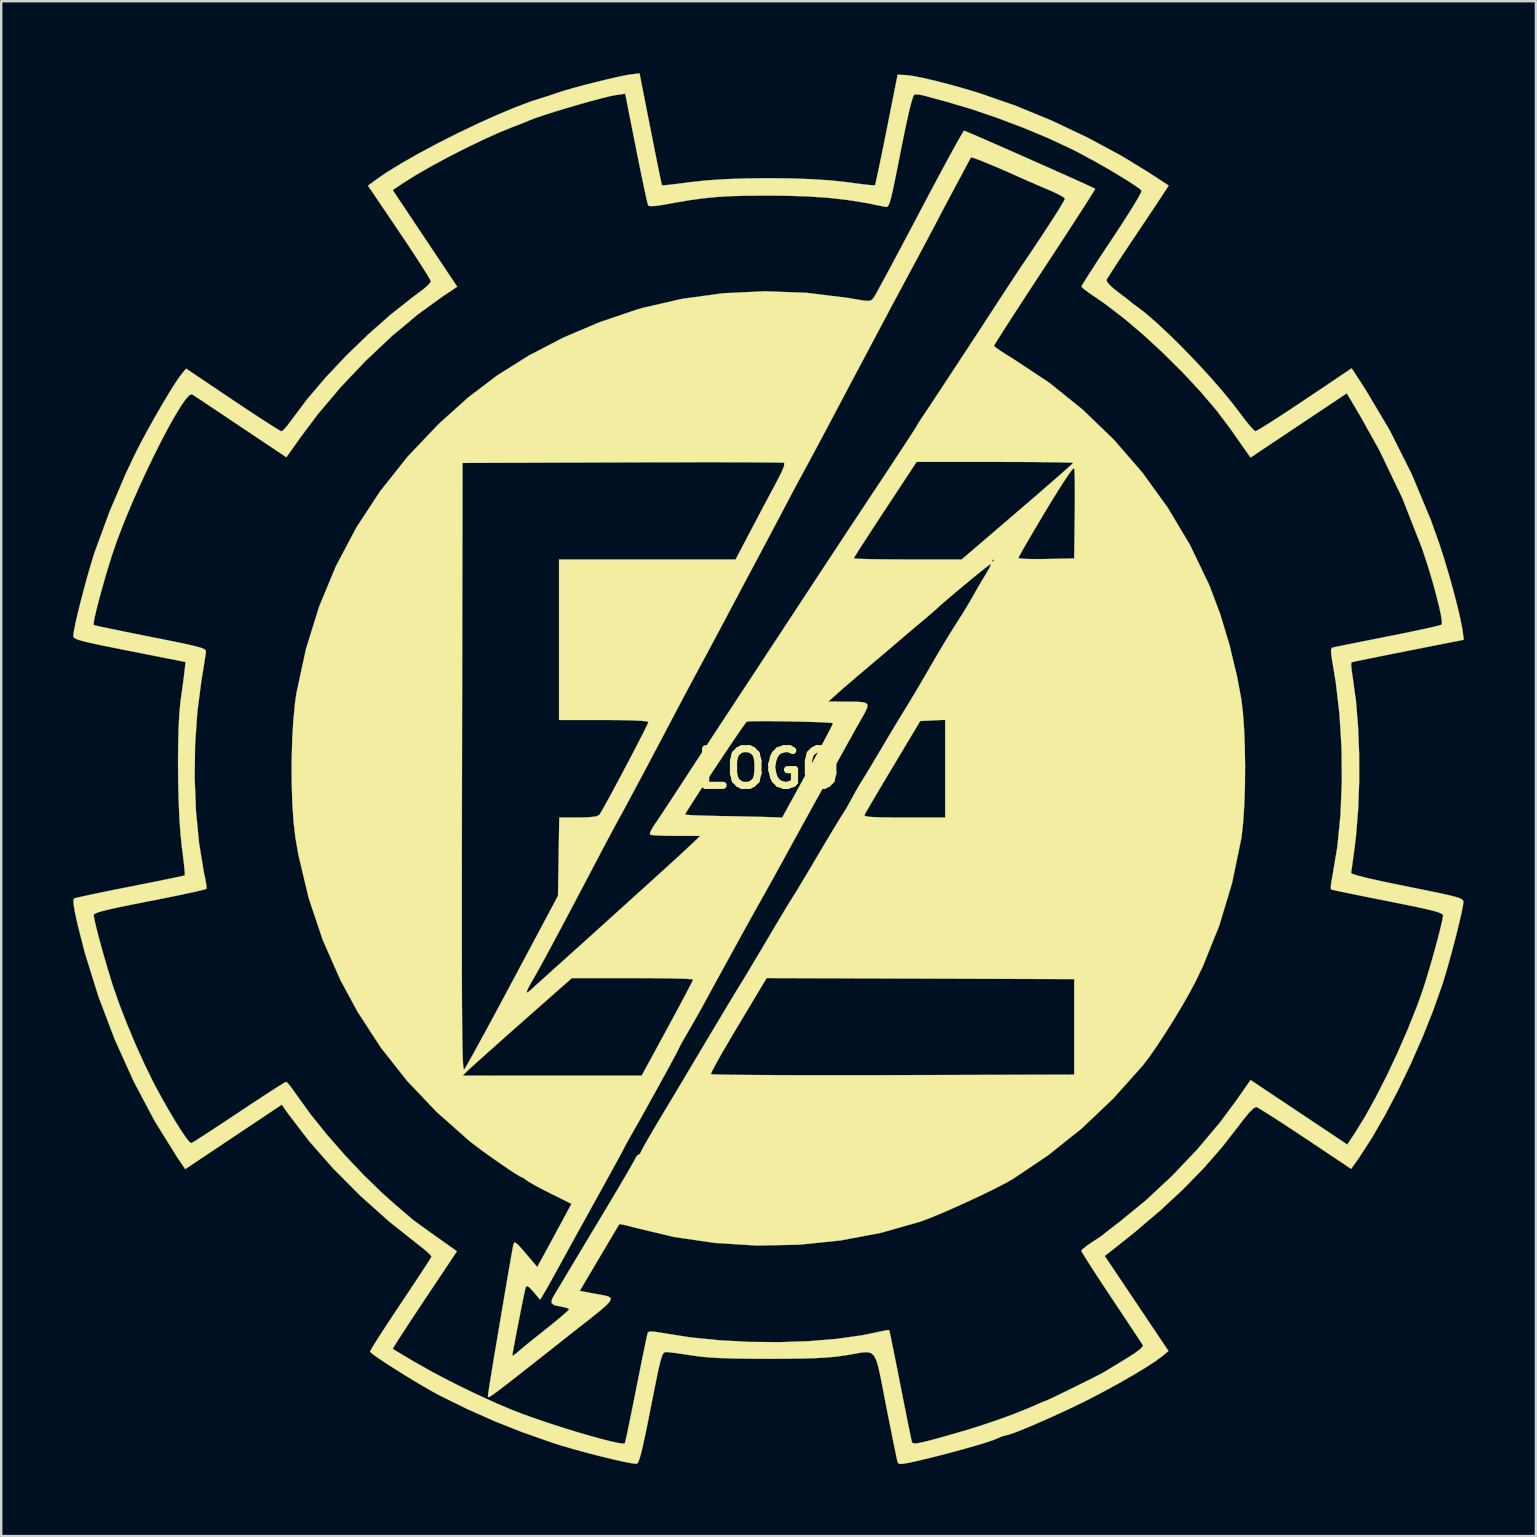
<source format=kicad_pcb>
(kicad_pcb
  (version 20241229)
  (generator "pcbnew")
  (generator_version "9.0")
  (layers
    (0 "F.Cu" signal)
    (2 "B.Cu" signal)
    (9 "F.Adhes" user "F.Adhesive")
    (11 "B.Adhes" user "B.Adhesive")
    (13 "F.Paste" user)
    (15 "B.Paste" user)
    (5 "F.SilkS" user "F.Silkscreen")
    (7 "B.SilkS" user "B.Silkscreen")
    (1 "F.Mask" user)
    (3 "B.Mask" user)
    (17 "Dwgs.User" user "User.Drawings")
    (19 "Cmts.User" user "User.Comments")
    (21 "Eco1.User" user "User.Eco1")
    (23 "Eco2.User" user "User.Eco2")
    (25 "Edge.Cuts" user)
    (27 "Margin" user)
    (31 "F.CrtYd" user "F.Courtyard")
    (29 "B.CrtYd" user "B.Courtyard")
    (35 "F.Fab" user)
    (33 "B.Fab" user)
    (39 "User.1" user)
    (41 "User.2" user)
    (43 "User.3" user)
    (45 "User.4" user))
  (footprint "LOGO"
    (layer "F.Cu")
    (at 28.961 28.978)
    (property "Reference" "LOGO" (at 0 0 0) (layer "F.SilkS") (effects (font (size 1.524 1.524) (thickness 0.3))))
    (attr through_hole)
    (fp_poly (pts (xy -4.912 -26.658) (xy -4.793 -26.054) (xy -4.684 -25.508) (xy -4.589 -25.038) (xy -4.513 -24.668) (xy -4.46 -24.419) (xy -4.434 -24.312) (xy -4.433 -24.309) (xy -4.345 -24.308) (xy -4.121 -24.329) (xy -3.792 -24.368) (xy -3.391 -24.421) (xy -3.284 -24.436) (xy -2.612 -24.51) (xy -1.815 -24.563) (xy -0.933 -24.594) (xy -0.009 -24.605) (xy 0.915 -24.595) (xy 1.798 -24.564) (xy 2.597 -24.511) (xy 3.272 -24.438) (xy 3.284 -24.436) (xy 3.699 -24.38) (xy 4.051 -24.337) (xy 4.306 -24.312) (xy 4.434 -24.308) (xy 4.442 -24.31) (xy 4.467 -24.399) (xy 4.519 -24.632) (xy 4.596 -24.988) (xy 4.691 -25.445) (xy 4.801 -25.982) (xy 4.921 -26.577) (xy 4.931 -26.629) (xy 5.386 -28.914) (xy 5.725 -28.899) (xy 6.016 -28.864) (xy 6.438 -28.782) (xy 6.962 -28.66) (xy 7.559 -28.506) (xy 8.198 -28.326) (xy 8.793 -28.146) (xy 10.283 -27.629) (xy 11.801 -27.005) (xy 13.295 -26.298) (xy 14.715 -25.533) (xy 15.829 -24.852) (xy 16.676 -24.3) (xy 16.444 -23.94) (xy 16.327 -23.762) (xy 16.134 -23.471) (xy 15.882 -23.092) (xy 15.588 -22.653) (xy 15.272 -22.181) (xy 15.17 -22.029) (xy 14.864 -21.571) (xy 14.59 -21.156) (xy 14.362 -20.807) (xy 14.193 -20.544) (xy 14.1 -20.391) (xy 14.086 -20.364) (xy 14.128 -20.253) (xy 14.296 -20.077) (xy 14.535 -19.883) (xy 14.782 -19.698) (xy 14.973 -19.551) (xy 15.068 -19.472) (xy 15.071 -19.469) (xy 15.166 -19.39) (xy 15.306 -19.29) (xy 15.699 -18.991) (xy 16.172 -18.582) (xy 16.701 -18.088) (xy 17.263 -17.534) (xy 17.833 -16.943) (xy 18.387 -16.341) (xy 18.903 -15.75) (xy 19.356 -15.197) (xy 19.6 -14.876) (xy 19.84 -14.559) (xy 20.05 -14.299) (xy 20.209 -14.124) (xy 20.291 -14.061) (xy 20.384 -14.105) (xy 20.598 -14.232) (xy 20.915 -14.43) (xy 21.314 -14.687) (xy 21.778 -14.992) (xy 22.288 -15.331) (xy 22.345 -15.369) (xy 24.301 -16.684) (xy 24.862 -15.821) (xy 25.886 -14.102) (xy 26.803 -12.273) (xy 27.599 -10.365) (xy 27.943 -9.4) (xy 28.143 -8.784) (xy 28.339 -8.13) (xy 28.524 -7.475) (xy 28.685 -6.856) (xy 28.815 -6.309) (xy 28.903 -5.871) (xy 28.924 -5.738) (xy 28.973 -5.375) (xy 26.658 -4.918) (xy 26.053 -4.798) (xy 25.504 -4.688) (xy 25.032 -4.593) (xy 24.658 -4.516) (xy 24.405 -4.462) (xy 24.293 -4.435) (xy 24.29 -4.434) (xy 24.279 -4.344) (xy 24.296 -4.131) (xy 24.338 -3.836) (xy 24.349 -3.77) (xy 24.48 -2.824) (xy 24.567 -1.76) (xy 24.612 -0.623) (xy 24.614 0.543) (xy 24.571 1.691) (xy 24.484 2.777) (xy 24.428 3.244) (xy 24.375 3.644) (xy 24.328 3.984) (xy 24.293 4.229) (xy 24.276 4.341) (xy 24.352 4.387) (xy 24.587 4.46) (xy 24.973 4.557) (xy 25.503 4.676) (xy 26.168 4.816) (xy 26.607 4.905) (xy 27.294 5.043) (xy 27.834 5.154) (xy 28.243 5.242) (xy 28.539 5.313) (xy 28.741 5.372) (xy 28.865 5.423) (xy 28.93 5.472) (xy 28.954 5.522) (xy 28.956 5.548) (xy 28.934 5.722) (xy 28.872 6.027) (xy 28.779 6.432) (xy 28.663 6.904) (xy 28.531 7.413) (xy 28.392 7.926) (xy 28.254 8.413) (xy 28.125 8.841) (xy 28.083 8.975) (xy 27.707 10.042) (xy 27.264 11.155) (xy 26.771 12.277) (xy 26.243 13.376) (xy 25.697 14.417) (xy 25.15 15.366) (xy 24.618 16.189) (xy 24.531 16.314) (xy 24.279 16.668) (xy 22.367 15.391) (xy 21.857 15.053) (xy 21.389 14.746) (xy 20.981 14.484) (xy 20.655 14.278) (xy 20.43 14.142) (xy 20.325 14.088) (xy 20.324 14.088) (xy 20.211 14.144) (xy 20.02 14.334) (xy 19.763 14.649) (xy 19.619 14.841) (xy 18.905 15.758) (xy 18.132 16.644) (xy 17.278 17.519) (xy 16.324 18.404) (xy 15.25 19.317) (xy 14.297 20.076) (xy 14.012 20.298) (xy 15.341 22.277) (xy 16.67 24.257) (xy 16.413 24.469) (xy 16.124 24.681) (xy 15.711 24.95) (xy 15.201 25.258) (xy 14.625 25.589) (xy 14.01 25.925) (xy 13.385 26.252) (xy 13.166 26.362) (xy 12.661 26.607) (xy 12.131 26.855) (xy 11.604 27.094) (xy 11.104 27.313) (xy 10.656 27.501) (xy 10.286 27.648) (xy 10.02 27.741) (xy 9.888 27.771) (xy 9.74 27.809) (xy 9.537 27.898) (xy 9.536 27.898) (xy 9.348 27.974) (xy 9.025 28.081) (xy 8.598 28.21) (xy 8.095 28.353) (xy 7.546 28.501) (xy 6.982 28.647) (xy 6.433 28.782) (xy 6.246 28.825) (xy 5.868 28.91) (xy 5.623 28.954) (xy 5.481 28.961) (xy 5.411 28.933) (xy 5.383 28.88) (xy 5.356 28.763) (xy 5.302 28.504) (xy 5.224 28.125) (xy 5.128 27.649) (xy 5.018 27.101) (xy 4.903 26.522) (xy 4.772 25.843) (xy 4.668 25.312) (xy 4.58 24.913) (xy 4.494 24.629) (xy 4.396 24.444) (xy 4.273 24.341) (xy 4.112 24.304) (xy 3.898 24.318) (xy 3.62 24.365) (xy 3.263 24.429) (xy 3.196 24.44) (xy 2.849 24.488) (xy 2.457 24.524) (xy 1.995 24.551) (xy 1.438 24.568) (xy 0.76 24.578) (xy 0 24.581) (xy -0.813 24.577) (xy -1.481 24.567) (xy -2.031 24.549) (xy -2.487 24.522) (xy -2.874 24.485) (xy -3.196 24.44) (xy -3.58 24.381) (xy -3.918 24.334) (xy -4.164 24.305) (xy -4.254 24.299) (xy -4.311 24.306) (xy -4.362 24.34) (xy -4.41 24.417) (xy -4.462 24.557) (xy -4.521 24.777) (xy -4.594 25.096) (xy -4.685 25.532) (xy -4.799 26.102) (xy -4.903 26.628) (xy -5.043 27.331) (xy -5.157 27.884) (xy -5.25 28.303) (xy -5.325 28.603) (xy -5.387 28.801) (xy -5.439 28.913) (xy -5.486 28.955) (xy -5.497 28.956) (xy -5.694 28.933) (xy -6.021 28.87) (xy -6.447 28.776) (xy -6.938 28.657) (xy -7.464 28.522) (xy -7.991 28.379) (xy -8.488 28.236) (xy -8.923 28.102) (xy -8.996 28.078) (xy -10.246 27.64) (xy -11.407 27.18) (xy -12.553 26.669) (xy -13.68 26.114) (xy -13.984 25.951) (xy -14.352 25.74) (xy -14.758 25.499) (xy -15.178 25.243) (xy -15.586 24.987) (xy -15.957 24.748) (xy -16.264 24.543) (xy -16.483 24.386) (xy -16.589 24.294) (xy -16.595 24.281) (xy -16.549 24.191) (xy -16.421 23.979) (xy -16.223 23.665) (xy -15.966 23.269) (xy -15.664 22.809) (xy -15.328 22.304) (xy -15.324 22.298) (xy -14.987 21.793) (xy -14.682 21.334) (xy -14.422 20.938) (xy -14.219 20.626) (xy -14.085 20.416) (xy -14.033 20.327) (xy -14.033 20.327) (xy -14.086 20.246) (xy -14.247 20.095) (xy -14.484 19.903) (xy -14.564 19.842) (xy -15.812 18.851) (xy -17.007 17.781) (xy -18.122 16.66) (xy -19.13 15.516) (xy -20.002 14.376) (xy -20.087 14.256) (xy -20.27 13.991) (xy -22.282 15.334) (xy -24.294 16.678) (xy -24.623 16.192) (xy -25.566 14.677) (xy -26.436 13.035) (xy -27.221 11.298) (xy -27.906 9.497) (xy -28.477 7.666) (xy -28.78 6.477) (xy -28.885 5.995) (xy -28.941 5.663) (xy -28.95 5.469) (xy -28.923 5.406) (xy -28.818 5.375) (xy -28.569 5.318) (xy -28.199 5.237) (xy -27.731 5.14) (xy -27.187 5.029) (xy -26.59 4.911) (xy -26.585 4.91) (xy -25.992 4.792) (xy -25.456 4.685) (xy -24.997 4.591) (xy -24.639 4.516) (xy -24.403 4.465) (xy -24.311 4.441) (xy -24.311 4.44) (xy -24.31 4.351) (xy -24.33 4.125) (xy -24.367 3.793) (xy -24.417 3.386) (xy -24.436 3.243) (xy -24.491 2.717) (xy -24.535 2.076) (xy -24.567 1.352) (xy -24.586 0.581) (xy -24.594 -0.202) (xy -24.589 -0.964) (xy -24.571 -1.67) (xy -24.54 -2.284) (xy -24.495 -2.774) (xy -24.481 -2.879) (xy -24.425 -3.276) (xy -24.372 -3.668) (xy -24.332 -3.982) (xy -24.328 -4.023) (xy -24.28 -4.448) (xy -26.618 -4.91) (xy -27.304 -5.047) (xy -27.842 -5.156) (xy -28.249 -5.244) (xy -28.544 -5.314) (xy -28.743 -5.372) (xy -28.867 -5.423) (xy -28.931 -5.471) (xy -28.954 -5.522) (xy -28.956 -5.548) (xy -28.933 -5.73) (xy -28.871 -6.042) (xy -28.866 -6.062) (xy -28.111 -6.062) (xy -28.108 -5.989) (xy -28.018 -5.965) (xy -27.782 -5.912) (xy -27.424 -5.836) (xy -26.964 -5.741) (xy -26.424 -5.632) (xy -25.825 -5.512) (xy -25.739 -5.495) (xy -25.054 -5.359) (xy -24.518 -5.25) (xy -24.113 -5.162) (xy -23.821 -5.092) (xy -23.624 -5.035) (xy -23.505 -4.985) (xy -23.446 -4.937) (xy -23.429 -4.888) (xy -23.43 -4.867) (xy -23.452 -4.72) (xy -23.495 -4.446) (xy -23.553 -4.084) (xy -23.619 -3.683) (xy -23.789 -2.379) (xy -23.883 -1.006) (xy -23.902 0.394) (xy -23.846 1.778) (xy -23.717 3.103) (xy -23.515 4.327) (xy -23.463 4.567) (xy -23.42 4.805) (xy -23.408 4.969) (xy -23.414 5.002) (xy -23.503 5.032) (xy -23.738 5.09) (xy -24.095 5.169) (xy -24.555 5.267) (xy -25.094 5.377) (xy -25.693 5.495) (xy -25.78 5.512) (xy -26.492 5.653) (xy -27.052 5.768) (xy -27.476 5.861) (xy -27.779 5.937) (xy -27.975 5.999) (xy -28.08 6.051) (xy -28.109 6.094) (xy -28.085 6.252) (xy -28.019 6.541) (xy -27.921 6.93) (xy -27.798 7.388) (xy -27.658 7.884) (xy -27.511 8.387) (xy -27.364 8.866) (xy -27.303 9.059) (xy -27.042 9.805) (xy -26.72 10.636) (xy -26.359 11.496) (xy -25.985 12.325) (xy -25.622 13.064) (xy -25.558 13.188) (xy -25.282 13.698) (xy -25.004 14.188) (xy -24.737 14.637) (xy -24.495 15.025) (xy -24.291 15.328) (xy -24.138 15.527) (xy -24.05 15.599) (xy -24.046 15.599) (xy -23.954 15.548) (xy -23.741 15.415) (xy -23.425 15.212) (xy -23.027 14.952) (xy -22.566 14.648) (xy -22.06 14.312) (xy -22.054 14.308) (xy -21.55 13.973) (xy -21.091 13.671) (xy -20.697 13.414) (xy -20.385 13.216) (xy -20.177 13.087) (xy -20.089 13.041) (xy -20.089 13.041) (xy -20.014 13.107) (xy -19.874 13.282) (xy -19.695 13.53) (xy -19.643 13.607) (xy -19.071 14.399) (xy -18.393 15.241) (xy -17.647 16.095) (xy -16.869 16.918) (xy -16.095 17.671) (xy -15.537 18.167) (xy -15.265 18.399) (xy -15.036 18.595) (xy -14.885 18.725) (xy -14.852 18.754) (xy -14.75 18.833) (xy -14.54 18.988) (xy -14.25 19.197) (xy -13.91 19.44) (xy -13.867 19.47) (xy -12.976 20.102) (xy -14.326 22.124) (xy -14.67 22.642) (xy -14.98 23.113) (xy -15.245 23.518) (xy -15.452 23.84) (xy -15.59 24.061) (xy -15.648 24.164) (xy -15.648 24.169) (xy -15.569 24.218) (xy -15.373 24.336) (xy -15.09 24.505) (xy -14.748 24.708) (xy -14.732 24.717) (xy -13.977 25.143) (xy -13.118 25.591) (xy -12.215 26.032) (xy -11.325 26.438) (xy -10.71 26.698) (xy -10.256 26.875) (xy -9.737 27.062) (xy -9.176 27.252) (xy -8.596 27.44) (xy -8.022 27.618) (xy -7.475 27.779) (xy -6.98 27.916) (xy -6.56 28.022) (xy -6.237 28.091) (xy -6.036 28.115) (xy -5.98 28.103) (xy -5.956 28.014) (xy -5.903 27.78) (xy -5.828 27.424) (xy -5.733 26.967) (xy -5.625 26.432) (xy -5.507 25.84) (xy -5.504 25.826) (xy -5.385 25.229) (xy -5.276 24.685) (xy -5.18 24.216) (xy -5.103 23.846) (xy -5.05 23.596) (xy -5.024 23.49) (xy -5.024 23.49) (xy -4.948 23.447) (xy -4.755 23.451) (xy -4.425 23.503) (xy -4.378 23.512) (xy -3.253 23.688) (xy -2.047 23.81) (xy -0.797 23.877) (xy 0.46 23.889) (xy 1.689 23.847) (xy 2.851 23.751) (xy 3.912 23.6) (xy 4.477 23.485) (xy 4.754 23.425) (xy 4.955 23.39) (xy 5.035 23.386) (xy 5.055 23.472) (xy 5.104 23.703) (xy 5.176 24.056) (xy 5.268 24.51) (xy 5.374 25.044) (xy 5.491 25.636) (xy 5.495 25.654) (xy 5.613 26.254) (xy 5.723 26.803) (xy 5.818 27.279) (xy 5.896 27.658) (xy 5.95 27.917) (xy 5.976 28.033) (xy 6 28.08) (xy 6.054 28.106) (xy 6.156 28.107) (xy 6.325 28.08) (xy 6.579 28.022) (xy 6.937 27.927) (xy 7.418 27.793) (xy 8.04 27.615) (xy 8.128 27.589) (xy 8.802 27.383) (xy 9.508 27.145) (xy 10.191 26.896) (xy 10.795 26.656) (xy 11.073 26.535) (xy 11.32 26.425) (xy 11.499 26.351) (xy 11.56 26.331) (xy 11.646 26.296) (xy 11.85 26.2) (xy 12.143 26.059) (xy 12.491 25.89) (xy 12.863 25.706) (xy 13.228 25.526) (xy 13.553 25.362) (xy 13.806 25.233) (xy 13.957 25.153) (xy 13.97 25.145) (xy 14.092 25.071) (xy 14.323 24.931) (xy 14.627 24.747) (xy 14.881 24.593) (xy 15.262 24.351) (xy 15.506 24.167) (xy 15.608 24.047) (xy 15.607 24.018) (xy 15.545 23.923) (xy 15.403 23.707) (xy 15.193 23.39) (xy 14.927 22.989) (xy 14.62 22.527) (xy 14.293 22.036) (xy 13.96 21.533) (xy 13.66 21.076) (xy 13.406 20.683) (xy 13.209 20.374) (xy 13.083 20.167) (xy 13.039 20.082) (xy 13.105 20.002) (xy 13.276 19.866) (xy 13.483 19.725) (xy 13.723 19.569) (xy 13.9 19.447) (xy 13.97 19.393) (xy 14.052 19.324) (xy 14.237 19.179) (xy 14.493 18.982) (xy 14.647 18.864) (xy 15.742 17.968) (xy 16.829 16.952) (xy 17.868 15.86) (xy 18.817 14.733) (xy 19.489 13.829) (xy 20.089 12.968) (xy 22.103 14.312) (xy 24.118 15.657) (xy 24.427 15.191) (xy 24.855 14.499) (xy 25.308 13.681) (xy 25.769 12.775) (xy 26.22 11.817) (xy 26.642 10.847) (xy 27.019 9.9) (xy 27.249 9.262) (xy 27.366 8.903) (xy 27.498 8.47) (xy 27.636 7.996) (xy 27.772 7.513) (xy 27.895 7.054) (xy 27.998 6.65) (xy 28.072 6.335) (xy 28.107 6.14) (xy 28.109 6.111) (xy 28.085 6.064) (xy 28.003 6.014) (xy 27.845 5.957) (xy 27.595 5.89) (xy 27.236 5.807) (xy 26.751 5.704) (xy 26.123 5.577) (xy 25.802 5.513) (xy 25.199 5.393) (xy 24.651 5.283) (xy 24.18 5.187) (xy 23.807 5.11) (xy 23.554 5.055) (xy 23.444 5.029) (xy 23.442 5.028) (xy 23.431 4.936) (xy 23.453 4.726) (xy 23.505 4.442) (xy 23.705 3.247) (xy 23.834 1.939) (xy 23.892 0.56) (xy 23.88 -0.85) (xy 23.796 -2.25) (xy 23.64 -3.598) (xy 23.508 -4.395) (xy 23.451 -4.744) (xy 23.441 -4.952) (xy 23.479 -5.039) (xy 23.486 -5.042) (xy 23.591 -5.067) (xy 23.84 -5.119) (xy 24.209 -5.194) (xy 24.676 -5.288) (xy 25.217 -5.396) (xy 25.781 -5.507) (xy 26.371 -5.625) (xy 26.906 -5.736) (xy 27.365 -5.834) (xy 27.724 -5.915) (xy 27.96 -5.975) (xy 28.051 -6.006) (xy 28.063 -6.118) (xy 28.028 -6.366) (xy 27.953 -6.722) (xy 27.845 -7.161) (xy 27.711 -7.658) (xy 27.556 -8.187) (xy 27.388 -8.721) (xy 27.225 -9.205) (xy 26.413 -11.273) (xy 25.46 -13.263) (xy 24.672 -14.676) (xy 24.099 -15.645) (xy 22.094 -14.306) (xy 20.089 -12.968) (xy 19.81 -13.363) (xy 19.593 -13.671) (xy 19.353 -14.015) (xy 19.236 -14.182) (xy 18.685 -14.913) (xy 18.018 -15.698) (xy 17.267 -16.506) (xy 16.462 -17.306) (xy 15.636 -18.069) (xy 14.818 -18.763) (xy 14.041 -19.359) (xy 13.658 -19.623) (xy 13.382 -19.811) (xy 13.17 -19.968) (xy 13.055 -20.07) (xy 13.044 -20.089) (xy 13.088 -20.173) (xy 13.214 -20.38) (xy 13.411 -20.689) (xy 13.665 -21.082) (xy 13.966 -21.54) (xy 14.301 -22.045) (xy 14.315 -22.065) (xy 14.65 -22.572) (xy 14.949 -23.037) (xy 15.2 -23.439) (xy 15.393 -23.759) (xy 15.513 -23.979) (xy 15.551 -24.079) (xy 15.551 -24.08) (xy 15.461 -24.168) (xy 15.247 -24.32) (xy 14.933 -24.522) (xy 14.545 -24.76) (xy 14.107 -25.018) (xy 13.644 -25.281) (xy 13.182 -25.534) (xy 12.745 -25.764) (xy 12.615 -25.829) (xy 11.686 -26.262) (xy 10.649 -26.696) (xy 9.56 -27.108) (xy 8.48 -27.477) (xy 7.467 -27.779) (xy 7.324 -27.818) (xy 6.99 -27.907) (xy 6.67 -27.995) (xy 6.504 -28.042) (xy 6.272 -28.09) (xy 6.1 -28.094) (xy 6.08 -28.089) (xy 6.026 -27.99) (xy 5.946 -27.727) (xy 5.842 -27.305) (xy 5.715 -26.727) (xy 5.566 -25.997) (xy 5.509 -25.709) (xy 5.374 -25.025) (xy 5.266 -24.489) (xy 5.181 -24.085) (xy 5.112 -23.793) (xy 5.056 -23.597) (xy 5.007 -23.479) (xy 4.961 -23.422) (xy 4.913 -23.406) (xy 4.875 -23.411) (xy 4.059 -23.576) (xy 3.273 -23.701) (xy 2.475 -23.79) (xy 1.623 -23.846) (xy 0.673 -23.875) (xy -0.048 -23.88) (xy -0.85 -23.875) (xy -1.529 -23.858) (xy -2.13 -23.823) (xy -2.7 -23.768) (xy -3.283 -23.688) (xy -3.926 -23.579) (xy -4.318 -23.506) (xy -4.698 -23.447) (xy -4.931 -23.44) (xy -5.006 -23.47) (xy -5.035 -23.573) (xy -5.093 -23.819) (xy -5.173 -24.187) (xy -5.271 -24.654) (xy -5.383 -25.199) (xy -5.503 -25.798) (xy -5.511 -25.839) (xy -5.964 -28.123) (xy -6.347 -28.07) (xy -6.59 -28.022) (xy -6.954 -27.933) (xy -7.404 -27.813) (xy -7.905 -27.672) (xy -8.423 -27.52) (xy -8.923 -27.368) (xy -9.37 -27.226) (xy -9.728 -27.104) (xy -9.964 -27.012) (xy -9.991 -27) (xy -10.134 -26.939) (xy -10.379 -26.842) (xy -10.626 -26.748) (xy -11.207 -26.512) (xy -11.884 -26.207) (xy -12.614 -25.855) (xy -13.354 -25.477) (xy -14.062 -25.095) (xy -14.696 -24.729) (xy -15.213 -24.404) (xy -15.652 -24.11) (xy -14.308 -22.097) (xy -12.964 -20.084) (xy -13.531 -19.707) (xy -14.609 -18.926) (xy -15.702 -18.012) (xy -16.779 -16.996) (xy -17.81 -15.909) (xy -18.763 -14.781) (xy -19.443 -13.876) (xy -20.081 -12.979) (xy -22 -14.263) (xy -22.509 -14.604) (xy -22.974 -14.915) (xy -23.376 -15.183) (xy -23.696 -15.396) (xy -23.915 -15.54) (xy -24.013 -15.604) (xy -24.014 -15.604) (xy -24.116 -15.571) (xy -24.274 -15.398) (xy -24.48 -15.101) (xy -24.725 -14.699) (xy -25.001 -14.208) (xy -25.299 -13.644) (xy -25.61 -13.024) (xy -25.926 -12.366) (xy -26.239 -11.686) (xy -26.54 -11) (xy -26.82 -10.326) (xy -27.072 -9.68) (xy -27.205 -9.313) (xy -27.342 -8.905) (xy -27.488 -8.443) (xy -27.634 -7.953) (xy -27.773 -7.464) (xy -27.898 -7.002) (xy -28.001 -6.597) (xy -28.075 -6.274) (xy -28.111 -6.062) (xy -28.866 -6.062) (xy -28.777 -6.453) (xy -28.659 -6.931) (xy -28.526 -7.442) (xy -28.386 -7.957) (xy -28.247 -8.442) (xy -28.118 -8.866) (xy -28.054 -9.059) (xy -27.444 -10.719) (xy -26.772 -12.296) (xy -26.378 -13.123) (xy -26.126 -13.614) (xy -25.84 -14.146) (xy -25.537 -14.687) (xy -25.235 -15.21) (xy -24.95 -15.685) (xy -24.7 -16.081) (xy -24.502 -16.37) (xy -24.433 -16.458) (xy -24.257 -16.67) (xy -22.312 -15.362) (xy -21.801 -15.021) (xy -21.334 -14.713) (xy -20.93 -14.45) (xy -20.607 -14.245) (xy -20.386 -14.109) (xy -20.283 -14.056) (xy -20.28 -14.056) (xy -20.192 -14.121) (xy -20.042 -14.292) (xy -19.864 -14.531) (xy -19.858 -14.539) (xy -19.208 -15.403) (xy -18.439 -16.305) (xy -17.581 -17.214) (xy -16.67 -18.096) (xy -15.737 -18.919) (xy -14.815 -19.649) (xy -14.586 -19.816) (xy -14.334 -20.01) (xy -14.147 -20.178) (xy -14.06 -20.29) (xy -14.057 -20.302) (xy -14.102 -20.398) (xy -14.231 -20.615) (xy -14.431 -20.933) (xy -14.69 -21.334) (xy -14.995 -21.798) (xy -15.336 -22.306) (xy -15.366 -22.351) (xy -16.678 -24.292) (xy -16.404 -24.498) (xy -15.912 -24.839) (xy -15.291 -25.221) (xy -14.571 -25.63) (xy -13.784 -26.051) (xy -12.959 -26.468) (xy -12.127 -26.867) (xy -11.318 -27.232) (xy -10.562 -27.548) (xy -9.891 -27.801) (xy -9.483 -27.933) (xy -9.164 -28.032) (xy -8.849 -28.138) (xy -8.782 -28.162) (xy -8.513 -28.249) (xy -8.127 -28.36) (xy -7.666 -28.484) (xy -7.172 -28.61) (xy -6.689 -28.728) (xy -6.258 -28.827) (xy -5.923 -28.896) (xy -5.788 -28.918) (xy -5.368 -28.973) (xy -4.912 -26.658)) (stroke (width 0.01) (type solid)) (fill yes) (layer "F.SilkS"))
    (fp_poly (pts (xy 8.24 -26.55) (xy 8.458 -26.458) (xy 8.787 -26.316) (xy 9.207 -26.133) (xy 9.694 -25.919) (xy 10.229 -25.683) (xy 10.789 -25.436) (xy 11.352 -25.186) (xy 11.898 -24.943) (xy 12.404 -24.717) (xy 12.85 -24.517) (xy 13.213 -24.353) (xy 13.472 -24.234) (xy 13.605 -24.17) (xy 13.617 -24.164) (xy 13.578 -24.092) (xy 13.454 -23.892) (xy 13.256 -23.579) (xy 12.991 -23.168) (xy 12.67 -22.671) (xy 12.301 -22.103) (xy 11.893 -21.479) (xy 11.521 -20.913) (xy 11.086 -20.249) (xy 10.681 -19.629) (xy 10.316 -19.067) (xy 9.998 -18.576) (xy 9.739 -18.171) (xy 9.546 -17.867) (xy 9.43 -17.678) (xy 9.398 -17.619) (xy 9.466 -17.554) (xy 9.652 -17.423) (xy 9.925 -17.246) (xy 10.223 -17.063) (xy 11.711 -16.076) (xy 13.106 -14.952) (xy 14.399 -13.703) (xy 15.58 -12.341) (xy 16.639 -10.877) (xy 17.566 -9.323) (xy 18.35 -7.692) (xy 18.399 -7.576) (xy 18.828 -6.431) (xy 19.207 -5.176) (xy 19.521 -3.867) (xy 19.699 -2.921) (xy 19.768 -2.366) (xy 19.818 -1.683) (xy 19.849 -0.914) (xy 19.861 -0.098) (xy 19.854 0.722) (xy 19.827 1.506) (xy 19.782 2.215) (xy 19.718 2.805) (xy 19.7 2.921) (xy 19.317 4.768) (xy 18.783 6.54) (xy 18.098 8.236) (xy 17.818 8.821) (xy 17.566 9.299) (xy 17.255 9.846) (xy 16.907 10.425) (xy 16.546 11.002) (xy 16.194 11.538) (xy 15.875 11.998) (xy 15.61 12.346) (xy 15.605 12.353) (xy 14.365 13.74) (xy 13.053 14.986) (xy 11.645 16.109) (xy 10.202 17.079) (xy 9.883 17.26) (xy 9.443 17.487) (xy 8.919 17.744) (xy 8.349 18.012) (xy 7.769 18.275) (xy 7.216 18.516) (xy 6.727 18.718) (xy 6.339 18.864) (xy 6.305 18.875) (xy 4.687 19.334) (xy 3 19.652) (xy 1.269 19.828) (xy -0.48 19.863) (xy -2.222 19.755) (xy -3.931 19.505) (xy -5.568 19.116) (xy -5.865 19.035) (xy -6.09 18.984) (xy -6.204 18.971) (xy -6.209 18.973) (xy -6.258 19.054) (xy -6.38 19.256) (xy -6.56 19.559) (xy -6.785 19.937) (xy -7.04 20.368) (xy -7.047 20.379) (xy -7.858 21.751) (xy -7.379 21.843) (xy -7.078 21.897) (xy -6.839 21.94) (xy -6.671 21.984) (xy -6.578 22.042) (xy -6.57 22.126) (xy -6.651 22.249) (xy -6.831 22.423) (xy -7.114 22.661) (xy -7.509 22.975) (xy -8.023 23.378) (xy -8.403 23.677) (xy -9.147 24.265) (xy -9.77 24.755) (xy -10.281 25.157) (xy -10.692 25.479) (xy -11.014 25.728) (xy -11.258 25.914) (xy -11.434 26.043) (xy -11.554 26.125) (xy -11.628 26.167) (xy -11.667 26.178) (xy -11.682 26.166) (xy -11.684 26.146) (xy -11.67 26.03) (xy -11.633 25.776) (xy -11.575 25.413) (xy -11.503 24.969) (xy -11.427 24.511) (xy -11.416 24.448) (xy -10.668 24.448) (xy -10.614 24.434) (xy -10.482 24.336) (xy -10.48 24.334) (xy -10.307 24.185) (xy -10.193 24.088) (xy -10.093 24.006) (xy -9.887 23.841) (xy -9.605 23.615) (xy -9.273 23.351) (xy -9.196 23.289) (xy -8.867 23.023) (xy -8.592 22.793) (xy -8.396 22.62) (xy -8.302 22.525) (xy -8.297 22.515) (xy -8.373 22.469) (xy -8.563 22.419) (xy -8.678 22.399) (xy -8.928 22.343) (xy -9.036 22.253) (xy -9.013 22.097) (xy -8.872 21.844) (xy -8.727 21.609) (xy -8.606 21.408) (xy -8.589 21.378) (xy -8.523 21.267) (xy -8.381 21.029) (xy -8.174 20.683) (xy -7.912 20.245) (xy -7.606 19.735) (xy -7.267 19.171) (xy -6.998 18.722) (xy -6.646 18.134) (xy -6.323 17.591) (xy -6.04 17.111) (xy -5.807 16.711) (xy -5.633 16.407) (xy -5.53 16.218) (xy -5.503 16.161) (xy -5.439 16.089) (xy -5.419 16.087) (xy -5.336 16.03) (xy -5.334 16.013) (xy -5.292 15.921) (xy -5.176 15.707) (xy -4.998 15.395) (xy -4.773 15.009) (xy -4.513 14.571) (xy -4.476 14.51) (xy -4.199 14.047) (xy -3.939 13.614) (xy -3.715 13.24) (xy -3.543 12.953) (xy -3.441 12.782) (xy -3.439 12.778) (xy -3.405 12.721) (xy -2.397 12.721) (xy -2.397 12.722) (xy -2.308 12.731) (xy -2.063 12.739) (xy -1.672 12.747) (xy -1.149 12.753) (xy -0.504 12.758) (xy 0.249 12.762) (xy 1.1 12.765) (xy 2.035 12.767) (xy 3.043 12.767) (xy 4.112 12.766) (xy 5.191 12.764) (xy 12.742 12.742) (xy 12.742 8.763) (xy 6.335 8.741) (xy -0.073 8.72) (xy -1.253 10.689) (xy -1.562 11.21) (xy -1.839 11.683) (xy -2.072 12.091) (xy -2.249 12.412) (xy -2.361 12.629) (xy -2.397 12.721) (xy -3.405 12.721) (xy -3.006 12.049) (xy -2.591 11.352) (xy -2.206 10.708) (xy -1.862 10.134) (xy -1.571 9.649) (xy -1.343 9.272) (xy -1.189 9.022) (xy -1.186 9.017) (xy -1.043 8.783) (xy -0.834 8.436) (xy -0.578 8.008) (xy -0.295 7.533) (xy -0.005 7.043) (xy 0.005 7.027) (xy 0.28 6.563) (xy 0.534 6.137) (xy 0.752 5.774) (xy 0.918 5.502) (xy 1.016 5.346) (xy 1.024 5.334) (xy 1.11 5.198) (xy 1.266 4.941) (xy 1.477 4.591) (xy 1.727 4.172) (xy 1.999 3.712) (xy 2.041 3.641) (xy 2.32 3.171) (xy 2.581 2.733) (xy 2.808 2.357) (xy 2.984 2.067) (xy 3.074 1.926) (xy 4.003 1.926) (xy 4.024 1.964) (xy 4.132 1.992) (xy 4.344 2.011) (xy 4.677 2.024) (xy 5.148 2.03) (xy 5.664 2.032) (xy 7.366 2.032) (xy 7.366 -2.04) (xy 6.847 -2.015) (xy 6.327 -1.99) (xy 5.186 -0.085) (xy 4.878 0.431) (xy 4.598 0.902) (xy 4.359 1.307) (xy 4.172 1.627) (xy 4.049 1.841) (xy 4.003 1.926) (xy 3.074 1.926) (xy 3.094 1.894) (xy 3.102 1.881) (xy 3.263 1.623) (xy 3.431 1.324) (xy 3.471 1.246) (xy 3.632 0.95) (xy 3.824 0.623) (xy 3.896 0.508) (xy 4.035 0.283) (xy 4.233 -0.043) (xy 4.462 -0.427) (xy 4.686 -0.804) (xy 4.954 -1.256) (xy 5.248 -1.747) (xy 5.529 -2.21) (xy 5.705 -2.498) (xy 5.934 -2.873) (xy 6.212 -3.338) (xy 6.503 -3.834) (xy 6.775 -4.303) (xy 6.784 -4.318) (xy 7.05 -4.775) (xy 7.334 -5.252) (xy 7.604 -5.693) (xy 7.825 -6.045) (xy 7.838 -6.065) (xy 8.065 -6.421) (xy 8.285 -6.779) (xy 8.461 -7.079) (xy 8.509 -7.165) (xy 8.685 -7.477) (xy 8.894 -7.833) (xy 9.02 -8.039) (xy 9.163 -8.281) (xy 9.253 -8.461) (xy 9.273 -8.535) (xy 9.203 -8.493) (xy 9.03 -8.361) (xy 8.778 -8.16) (xy 8.471 -7.91) (xy 8.134 -7.631) (xy 7.792 -7.345) (xy 7.47 -7.072) (xy 7.192 -6.832) (xy 6.984 -6.645) (xy 6.94 -6.604) (xy 6.804 -6.483) (xy 6.589 -6.3) (xy 6.395 -6.138) (xy 6.089 -5.882) (xy 5.759 -5.602) (xy 5.595 -5.461) (xy 5.386 -5.282) (xy 5.084 -5.024) (xy 4.724 -4.719) (xy 4.343 -4.397) (xy 4.232 -4.304) (xy 3.853 -3.983) (xy 3.485 -3.669) (xy 3.164 -3.393) (xy 2.928 -3.186) (xy 2.879 -3.142) (xy 2.498 -2.799) (xy 3.323 -2.796) (xy 3.736 -2.791) (xy 3.996 -2.764) (xy 4.119 -2.693) (xy 4.121 -2.557) (xy 4.018 -2.331) (xy 3.863 -2.059) (xy 3.758 -1.875) (xy 3.583 -1.563) (xy 3.351 -1.147) (xy 3.074 -0.647) (xy 2.762 -0.087) (xy 2.43 0.514) (xy 2.087 1.133) (xy 1.748 1.748) (xy 1.423 2.337) (xy 1.124 2.88) (xy 0.864 3.353) (xy 0.655 3.736) (xy 0.569 3.895) (xy 0.401 4.201) (xy 0.182 4.597) (xy -0.057 5.026) (xy -0.23 5.334) (xy -0.467 5.756) (xy -0.712 6.195) (xy -0.931 6.591) (xy -1.055 6.816) (xy -1.239 7.15) (xy -1.469 7.569) (xy -1.71 8.007) (xy -1.846 8.255) (xy -2.072 8.667) (xy -2.304 9.091) (xy -2.508 9.467) (xy -2.608 9.652) (xy -2.794 9.989) (xy -3.024 10.398) (xy -3.256 10.802) (xy -3.315 10.903) (xy -3.491 11.208) (xy -3.629 11.453) (xy -3.711 11.605) (xy -3.725 11.638) (xy -3.764 11.721) (xy -3.872 11.928) (xy -4.036 12.233) (xy -4.242 12.613) (xy -4.477 13.042) (xy -4.727 13.497) (xy -4.979 13.952) (xy -5.22 14.384) (xy -5.435 14.768) (xy -5.603 15.062) (xy -5.777 15.368) (xy -5.915 15.614) (xy -5.997 15.767) (xy -6.011 15.8) (xy -6.051 15.879) (xy -6.161 16.085) (xy -6.333 16.4) (xy -6.553 16.802) (xy -6.813 17.273) (xy -7.057 17.714) (xy -7.38 18.297) (xy -7.709 18.893) (xy -8.026 19.466) (xy -8.31 19.982) (xy -8.541 20.404) (xy -8.634 20.574) (xy -8.851 20.968) (xy -9.054 21.335) (xy -9.222 21.633) (xy -9.332 21.825) (xy -9.337 21.833) (xy -9.509 22.118) (xy -9.785 21.79) (xy -9.96 21.603) (xy -10.062 21.546) (xy -10.107 21.59) (xy -10.135 21.704) (xy -10.187 21.949) (xy -10.257 22.288) (xy -10.337 22.689) (xy -10.421 23.117) (xy -10.503 23.536) (xy -10.575 23.914) (xy -10.63 24.214) (xy -10.663 24.403) (xy -10.668 24.448) (xy -11.416 24.448) (xy -11.248 23.449) (xy -11.095 22.545) (xy -10.967 21.788) (xy -10.862 21.17) (xy -10.777 20.68) (xy -10.712 20.309) (xy -10.665 20.047) (xy -10.635 19.884) (xy -10.623 19.831) (xy -10.592 19.75) (xy -10.536 19.744) (xy -10.432 19.828) (xy -10.259 20.018) (xy -10.104 20.198) (xy -9.629 20.757) (xy -9.381 20.306) (xy -9.236 20.04) (xy -9.04 19.678) (xy -8.822 19.275) (xy -8.668 18.99) (xy -8.203 18.125) (xy -9.076 17.692) (xy -9.437 17.508) (xy -9.75 17.34) (xy -9.98 17.208) (xy -10.082 17.138) (xy -10.215 17.041) (xy -10.273 17.018) (xy -10.37 16.971) (xy -10.575 16.844) (xy -10.858 16.657) (xy -11.19 16.43) (xy -11.543 16.183) (xy -11.888 15.935) (xy -12.194 15.708) (xy -12.435 15.522) (xy -12.446 15.513) (xy -13.821 14.297) (xy -15.05 13.002) (xy -15.222 12.785) (xy -12.739 12.785) (xy -5.278 12.785) (xy -4.205 10.81) (xy -3.92 10.282) (xy -3.663 9.803) (xy -3.445 9.393) (xy -3.277 9.072) (xy -3.169 8.86) (xy -3.133 8.778) (xy -3.214 8.764) (xy -3.444 8.75) (xy -3.801 8.739) (xy -4.266 8.73) (xy -4.817 8.724) (xy -5.434 8.721) (xy -5.661 8.721) (xy -8.189 8.721) (xy -10.212 10.507) (xy -10.719 10.955) (xy -11.195 11.378) (xy -11.624 11.76) (xy -11.986 12.084) (xy -12.266 12.335) (xy -12.443 12.498) (xy -12.487 12.539) (xy -12.739 12.785) (xy -15.222 12.785) (xy -16.143 11.617) (xy -17.112 10.127) (xy -17.827 8.805) (xy -18.564 7.134) (xy -18.954 5.974) (xy -12.771 5.974) (xy -12.771 7.111) (xy -12.77 8.115) (xy -12.768 8.994) (xy -12.765 9.756) (xy -12.76 10.407) (xy -12.755 10.955) (xy -12.749 11.408) (xy -12.741 11.773) (xy -12.732 12.056) (xy -12.721 12.267) (xy -12.71 12.411) (xy -12.696 12.497) (xy -12.681 12.531) (xy -12.67 12.528) (xy -12.608 12.43) (xy -12.475 12.198) (xy -12.279 11.846) (xy -12.029 11.39) (xy -11.732 10.846) (xy -11.399 10.228) (xy -11.035 9.552) (xy -10.898 9.295) (xy -10.071 9.295) (xy -10.038 9.325) (xy -9.907 9.222) (xy -9.891 9.206) (xy -9.796 9.119) (xy -9.595 8.937) (xy -9.311 8.681) (xy -8.964 8.368) (xy -8.575 8.018) (xy -8.509 7.959) (xy -8.117 7.606) (xy -7.765 7.29) (xy -7.473 7.027) (xy -7.262 6.837) (xy -7.153 6.739) (xy -7.146 6.732) (xy -7.061 6.654) (xy -6.867 6.479) (xy -6.583 6.222) (xy -6.226 5.9) (xy -5.815 5.528) (xy -5.413 5.165) (xy -4.941 4.738) (xy -4.484 4.323) (xy -4.065 3.942) (xy -3.708 3.615) (xy -3.437 3.364) (xy -3.304 3.24) (xy -2.836 2.797) (xy -3.859 2.796) (xy -4.259 2.791) (xy -4.595 2.779) (xy -4.832 2.762) (xy -4.936 2.741) (xy -4.936 2.74) (xy -4.923 2.647) (xy -4.83 2.467) (xy -4.747 2.338) (xy -4.62 2.152) (xy -4.457 1.907) (xy -3.471 1.907) (xy -3.391 1.92) (xy -3.169 1.934) (xy -2.832 1.948) (xy -2.408 1.96) (xy -2.011 1.969) (xy -1.481 1.978) (xy -0.963 1.989) (xy -0.502 1.999) (xy -0.141 2.008) (xy 0.014 2.013) (xy 0.577 2.032) (xy 1.65 0.077) (xy 1.935 -0.445) (xy 2.189 -0.917) (xy 2.403 -1.318) (xy 2.565 -1.628) (xy 2.666 -1.829) (xy 2.695 -1.901) (xy 2.597 -1.916) (xy 2.36 -1.931) (xy 2.017 -1.945) (xy 1.596 -1.958) (xy 1.13 -1.969) (xy 0.648 -1.977) (xy 0.183 -1.983) (xy -0.236 -1.984) (xy -0.577 -1.982) (xy -0.81 -1.975) (xy -0.902 -1.964) (xy -0.966 -1.884) (xy -1.108 -1.685) (xy -1.311 -1.39) (xy -1.561 -1.022) (xy -1.842 -0.603) (xy -2.141 -0.154) (xy -2.443 0.3) (xy -2.731 0.738) (xy -2.992 1.137) (xy -3.21 1.476) (xy -3.371 1.73) (xy -3.459 1.879) (xy -3.471 1.907) (xy -4.457 1.907) (xy -4.422 1.854) (xy -4.174 1.478) (xy -3.896 1.054) (xy -3.677 0.72) (xy -3.387 0.274) (xy -3.029 -0.273) (xy -2.63 -0.882) (xy -2.216 -1.513) (xy -1.812 -2.128) (xy -1.624 -2.413) (xy -1.24 -2.997) (xy -0.836 -3.611) (xy -0.437 -4.218) (xy -0.068 -4.779) (xy 0.246 -5.256) (xy 0.381 -5.461) (xy 0.988 -6.387) (xy 1.517 -7.191) (xy 1.979 -7.894) (xy 2.387 -8.515) (xy 2.494 -8.678) (xy 9.313 -8.678) (xy 9.356 -8.636) (xy 9.398 -8.678) (xy 9.356 -8.721) (xy 9.313 -8.678) (xy 2.494 -8.678) (xy 2.552 -8.765) (xy 3.556 -8.765) (xy 3.637 -8.753) (xy 3.865 -8.743) (xy 4.219 -8.734) (xy 4.676 -8.727) (xy 5.215 -8.722) (xy 5.806 -8.721) (xy 8.055 -8.721) (xy 8.127 -8.782) (xy 10.415 -8.782) (xy 10.494 -8.76) (xy 10.712 -8.744) (xy 11.038 -8.736) (xy 11.442 -8.737) (xy 11.578 -8.739) (xy 12.742 -8.763) (xy 12.765 -10.581) (xy 12.77 -11.125) (xy 12.77 -11.615) (xy 12.766 -12.026) (xy 12.757 -12.33) (xy 12.746 -12.5) (xy 12.741 -12.523) (xy 12.685 -12.492) (xy 12.552 -12.323) (xy 12.351 -12.028) (xy 12.086 -11.616) (xy 11.766 -11.098) (xy 11.554 -10.747) (xy 11.249 -10.235) (xy 10.974 -9.771) (xy 10.742 -9.373) (xy 10.564 -9.062) (xy 10.451 -8.858) (xy 10.415 -8.782) (xy 8.127 -8.782) (xy 10.378 -10.712) (xy 10.91 -11.169) (xy 11.4 -11.592) (xy 11.832 -11.967) (xy 12.192 -12.283) (xy 12.467 -12.526) (xy 12.641 -12.684) (xy 12.7 -12.744) (xy 12.618 -12.753) (xy 12.386 -12.761) (xy 12.02 -12.769) (xy 11.54 -12.775) (xy 10.964 -12.78) (xy 10.309 -12.783) (xy 9.595 -12.785) (xy 9.437 -12.785) (xy 6.175 -12.785) (xy 4.865 -10.797) (xy 4.526 -10.281) (xy 4.22 -9.812) (xy 3.958 -9.407) (xy 3.752 -9.087) (xy 3.615 -8.868) (xy 3.557 -8.768) (xy 3.556 -8.765) (xy 2.552 -8.765) (xy 2.756 -9.075) (xy 3.097 -9.593) (xy 3.425 -10.089) (xy 3.752 -10.584) (xy 4.092 -11.097) (xy 4.458 -11.649) (xy 4.622 -11.896) (xy 4.99 -12.452) (xy 5.328 -12.965) (xy 5.625 -13.416) (xy 5.868 -13.789) (xy 6.048 -14.066) (xy 6.151 -14.23) (xy 6.172 -14.266) (xy 6.237 -14.382) (xy 6.364 -14.579) (xy 6.439 -14.69) (xy 6.549 -14.853) (xy 6.739 -15.138) (xy 6.994 -15.525) (xy 7.303 -15.993) (xy 7.65 -16.521) (xy 8.024 -17.091) (xy 8.411 -17.68) (xy 8.797 -18.27) (xy 9.17 -18.841) (xy 9.515 -19.371) (xy 9.747 -19.727) (xy 10.01 -20.129) (xy 10.278 -20.536) (xy 10.517 -20.897) (xy 10.671 -21.124) (xy 11.022 -21.644) (xy 11.358 -22.149) (xy 11.665 -22.618) (xy 11.932 -23.031) (xy 12.144 -23.369) (xy 12.289 -23.612) (xy 12.355 -23.739) (xy 12.358 -23.749) (xy 12.286 -23.817) (xy 12.092 -23.928) (xy 11.81 -24.062) (xy 11.662 -24.126) (xy 11.248 -24.302) (xy 10.801 -24.496) (xy 10.412 -24.669) (xy 10.372 -24.687) (xy 9.92 -24.888) (xy 9.484 -25.076) (xy 9.091 -25.24) (xy 8.769 -25.368) (xy 8.544 -25.45) (xy 8.442 -25.475) (xy 8.439 -25.473) (xy 8.392 -25.386) (xy 8.295 -25.203) (xy 8.242 -25.104) (xy 8.099 -24.834) (xy 7.923 -24.506) (xy 7.811 -24.299) (xy 7.674 -24.042) (xy 7.482 -23.682) (xy 7.262 -23.265) (xy 7.038 -22.839) (xy 7.027 -22.818) (xy 6.772 -22.334) (xy 6.474 -21.772) (xy 6.17 -21.202) (xy 5.901 -20.701) (xy 5.652 -20.238) (xy 5.395 -19.76) (xy 5.159 -19.318) (xy 4.971 -18.965) (xy 4.949 -18.923) (xy 4.779 -18.603) (xy 4.555 -18.179) (xy 4.3 -17.7) (xy 4.041 -17.211) (xy 3.938 -17.018) (xy 3.67 -16.513) (xy 3.384 -15.974) (xy 3.11 -15.456) (xy 2.877 -15.015) (xy 2.817 -14.901) (xy 2.365 -14.047) (xy 1.953 -13.274) (xy 1.596 -12.611) (xy 1.423 -12.295) (xy 1.266 -12.007) (xy 1.068 -11.636) (xy 0.865 -11.251) (xy 0.813 -11.152) (xy 0.463 -10.487) (xy 0.066 -9.736) (xy -0.346 -8.96) (xy -0.677 -8.34) (xy -0.87 -7.978) (xy -1.1 -7.546) (xy -1.323 -7.124) (xy -1.375 -7.027) (xy -1.719 -6.376) (xy -1.998 -5.85) (xy -2.225 -5.424) (xy -2.411 -5.075) (xy -2.571 -4.777) (xy -2.718 -4.505) (xy -2.728 -4.487) (xy -3.124 -3.751) (xy -3.585 -2.884) (xy -4.101 -1.908) (xy -4.214 -1.693) (xy -4.541 -1.071) (xy -4.875 -0.439) (xy -5.203 0.178) (xy -5.51 0.754) (xy -5.783 1.265) (xy -6.01 1.685) (xy -6.176 1.991) (xy -6.223 2.074) (xy -6.344 2.295) (xy -6.516 2.616) (xy -6.713 2.985) (xy -6.836 3.217) (xy -7.065 3.654) (xy -7.317 4.132) (xy -7.549 4.574) (xy -7.63 4.727) (xy -8.15 5.715) (xy -8.597 6.559) (xy -8.977 7.27) (xy -9.292 7.855) (xy -9.548 8.322) (xy -9.749 8.68) (xy -9.837 8.83) (xy -10.003 9.131) (xy -10.071 9.295) (xy -10.898 9.295) (xy -10.659 8.848) (xy -8.764 5.292) (xy -8.738 3.662) (xy -8.711 2.032) (xy -7.922 2.032) (xy -7.474 2.021) (xy -7.185 1.986) (xy -7.046 1.927) (xy -7.043 1.923) (xy -6.973 1.813) (xy -6.842 1.582) (xy -6.661 1.255) (xy -6.445 0.855) (xy -6.206 0.409) (xy -5.958 -0.059) (xy -5.713 -0.525) (xy -5.484 -0.964) (xy -5.285 -1.351) (xy -5.129 -1.661) (xy -5.028 -1.87) (xy -4.995 -1.951) (xy -5.077 -1.978) (xy -5.313 -2) (xy -5.688 -2.017) (xy -6.185 -2.028) (xy -6.789 -2.032) (xy -6.858 -2.032) (xy -8.721 -2.032) (xy -8.721 -8.721) (xy -1.364 -8.721) (xy -0.709 -9.97) (xy -0.45 -10.461) (xy -0.182 -10.968) (xy 0.07 -11.442) (xy 0.281 -11.836) (xy 0.35 -11.964) (xy 0.551 -12.358) (xy 0.655 -12.616) (xy 0.663 -12.739) (xy 0.65 -12.748) (xy 0.551 -12.754) (xy 0.296 -12.759) (xy -0.102 -12.763) (xy -0.631 -12.767) (xy -1.277 -12.769) (xy -2.026 -12.771) (xy -2.867 -12.771) (xy -3.786 -12.77) (xy -4.769 -12.769) (xy -5.805 -12.766) (xy -6.097 -12.765) (xy -12.742 -12.742) (xy -12.764 -0.045) (xy -12.767 1.696) (xy -12.769 3.274) (xy -12.771 4.698) (xy -12.771 5.974) (xy -18.954 5.974) (xy -19.149 5.393) (xy -19.577 3.597) (xy -19.702 2.879) (xy -19.78 2.217) (xy -19.832 1.434) (xy -19.859 0.573) (xy -19.86 -0.322) (xy -19.837 -1.207) (xy -19.788 -2.04) (xy -19.716 -2.775) (xy -19.658 -3.166) (xy -19.26 -5.005) (xy -18.712 -6.764) (xy -18.015 -8.443) (xy -17.169 -10.042) (xy -16.173 -11.562) (xy -15.028 -13.004) (xy -13.732 -14.367) (xy -12.503 -15.472) (xy -11.303 -16.383) (xy -9.973 -17.218) (xy -8.538 -17.965) (xy -7.025 -18.608) (xy -5.463 -19.135) (xy -5.207 -19.208) (xy -3.572 -19.582) (xy -1.874 -19.811) (xy -0.139 -19.893) (xy 1.606 -19.828) (xy 3.335 -19.614) (xy 3.505 -19.585) (xy 3.862 -19.523) (xy 4.09 -19.493) (xy 4.228 -19.497) (xy 4.312 -19.538) (xy 4.381 -19.617) (xy 4.394 -19.635) (xy 4.461 -19.746) (xy 4.597 -19.992) (xy 4.795 -20.355) (xy 5.046 -20.82) (xy 5.34 -21.371) (xy 5.67 -21.992) (xy 6.027 -22.666) (xy 6.308 -23.199) (xy 6.675 -23.896) (xy 7.02 -24.544) (xy 7.334 -25.129) (xy 7.61 -25.636) (xy 7.837 -26.049) (xy 8.01 -26.354) (xy 8.119 -26.536) (xy 8.154 -26.583) (xy 8.24 -26.55)) (stroke (width 0.01) (type solid)) (fill yes) (layer "F.SilkS")))
  (gr_rect
    (start -3 -3)
    (end 60.939 60.945)
    (stroke (width 0.1) (type default))
    (fill no)
    (layer "Edge.Cuts")))
</source>
